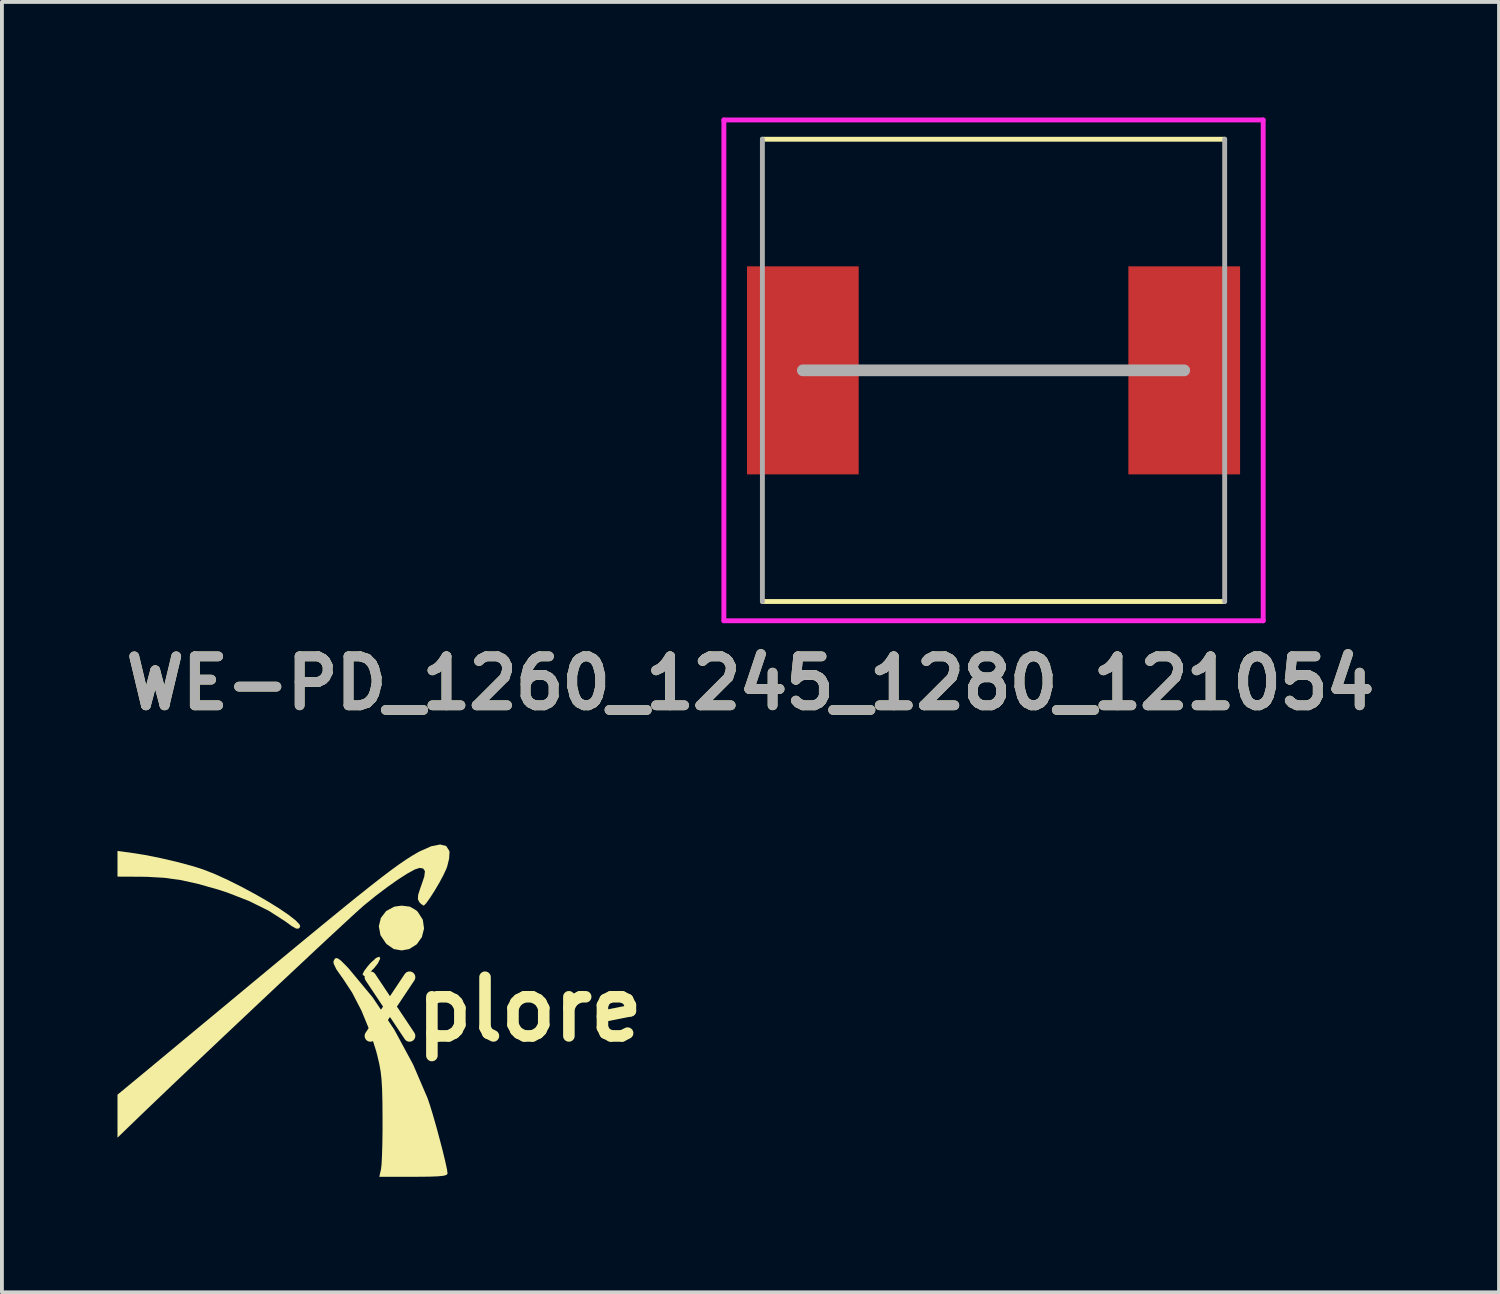
<source format=kicad_pcb>
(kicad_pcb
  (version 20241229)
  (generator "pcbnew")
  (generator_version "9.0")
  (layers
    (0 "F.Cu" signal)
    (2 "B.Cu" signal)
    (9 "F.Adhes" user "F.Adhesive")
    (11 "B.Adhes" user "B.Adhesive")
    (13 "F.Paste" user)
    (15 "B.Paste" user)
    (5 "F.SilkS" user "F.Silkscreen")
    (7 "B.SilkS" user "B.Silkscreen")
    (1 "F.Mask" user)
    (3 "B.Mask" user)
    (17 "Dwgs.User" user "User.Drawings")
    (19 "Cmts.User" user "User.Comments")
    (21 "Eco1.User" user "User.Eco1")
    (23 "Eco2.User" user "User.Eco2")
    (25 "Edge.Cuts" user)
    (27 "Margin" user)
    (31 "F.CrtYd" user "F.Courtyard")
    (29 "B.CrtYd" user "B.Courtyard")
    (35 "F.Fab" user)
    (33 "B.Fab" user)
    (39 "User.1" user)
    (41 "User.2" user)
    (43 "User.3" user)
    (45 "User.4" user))
  (footprint "WE-PD_1260_1245_1280_121054"
    (layer "F.Cu")
    (at 22.741 6.564)
    (property "Reference" "WE-PD_1260_1245_1280_121054" (at -6.31 8.12 0) (layer "F.SilkS") (effects (font (size 1.27 1.27) (thickness 0.254))))
    (attr smd)
    (fp_line (start -6 6) (end 6 6) (stroke (width 0.127) (type solid)) (layer "F.SilkS"))
    (fp_line (start 6 -6) (end -6 -6) (stroke (width 0.127) (type solid)) (layer "F.SilkS"))
    (fp_line (start -7 -6.5) (end -7 6.5) (stroke (width 0.127) (type solid)) (layer "F.CrtYd"))
    (fp_line (start -7 6.5) (end 7 6.5) (stroke (width 0.127) (type solid)) (layer "F.CrtYd"))
    (fp_line (start 7 -6.5) (end -7 -6.5) (stroke (width 0.127) (type solid)) (layer "F.CrtYd"))
    (fp_line (start 7 6.5) (end 7 -6.5) (stroke (width 0.127) (type solid)) (layer "F.CrtYd"))
    (fp_line (start -6 -6) (end -6 6) (stroke (width 0.127) (type solid)) (layer "F.Fab"))
    (fp_line (start 4.95 0) (end -4.95 0) (stroke (width 0.305) (type solid)) (layer "F.Fab"))
    (fp_line (start 6 6) (end 6 -6) (stroke (width 0.127) (type solid)) (layer "F.Fab"))
    (fp_text user "${REFERENCE}" (at -6.31 8.12 0) (layer "F.Fab") (effects (font (size 1.27 1.27) (thickness 0.254))))
    (pad "1" smd rect (at -4.95 0) (size 2.9 5.4) (layers "F.Cu" "F.Mask" "F.Paste"))
    (pad "2" smd rect (at 4.95 0) (size 2.9 5.4) (layers "F.Cu" "F.Mask" "F.Paste")))
  (footprint "Xplore"
    (layer "F.Cu")
    (at 9.976 23.152)
    (property "Reference" "Xplore" (at 0 0 0) (layer "F.SilkS") (effects (font (size 1.524 1.524) (thickness 0.3))))
    (attr board_only exclude_from_pos_files exclude_from_bom)
    (fp_poly (pts (xy -3.157 -1.317) (xy -3.217 -1.194) (xy -3.31 -1.075) (xy -3.465 -0.918) (xy -3.567 -0.859) (xy -3.61 -0.9) (xy -3.611 -0.919) (xy -3.573 -0.997) (xy -3.475 -1.126) (xy -3.407 -1.204) (xy -3.262 -1.336) (xy -3.175 -1.369)) (stroke (width 0) (type solid)) (fill yes) (layer "F.SilkS"))
    (fp_poly (pts (xy -2.388 -2.667) (xy -2.226 -2.574) (xy -2.181 -2.532) (xy -2.05 -2.326) (xy -2.018 -2.098) (xy -2.074 -1.877) (xy -2.206 -1.69) (xy -2.403 -1.565) (xy -2.601 -1.53) (xy -2.805 -1.566) (xy -2.984 -1.69) (xy -3.004 -1.709) (xy -3.15 -1.926) (xy -3.192 -2.157) (xy -3.139 -2.374) (xy -3.002 -2.552) (xy -2.793 -2.666) (xy -2.601 -2.693)) (stroke (width 0) (type solid)) (fill yes) (layer "F.SilkS"))
    (fp_poly (pts (xy -9.655 -4.07) (xy -9.267 -4.009) (xy -8.831 -3.921) (xy -8.392 -3.818) (xy -7.995 -3.71) (xy -7.744 -3.629) (xy -7.442 -3.51) (xy -7.109 -3.358) (xy -6.761 -3.184) (xy -6.413 -2.997) (xy -6.082 -2.807) (xy -5.783 -2.622) (xy -5.534 -2.453) (xy -5.349 -2.308) (xy -5.246 -2.199) (xy -5.234 -2.141) (xy -5.277 -2.095) (xy -5.34 -2.098) (xy -5.447 -2.158) (xy -5.624 -2.286) (xy -5.631 -2.291) (xy -6.047 -2.558) (xy -6.556 -2.81) (xy -7.128 -3.033) (xy -7.375 -3.113) (xy -7.892 -3.259) (xy -8.343 -3.358) (xy -8.771 -3.416) (xy -9.219 -3.441) (xy -9.38 -3.443) (xy -9.976 -3.446) (xy -9.976 -4.112)) (stroke (width 0) (type solid)) (fill yes) (layer "F.SilkS"))
    (fp_poly (pts (xy -4.176 -1.266) (xy -4.028 -1.118) (xy -3.97 -1.056) (xy -3.351 -0.31) (xy -2.79 0.527) (xy -2.301 1.433) (xy -1.926 2.308) (xy -1.863 2.494) (xy -1.785 2.749) (xy -1.699 3.049) (xy -1.614 3.365) (xy -1.534 3.671) (xy -1.469 3.94) (xy -1.424 4.145) (xy -1.408 4.26) (xy -1.408 4.261) (xy -1.43 4.295) (xy -1.508 4.319) (xy -1.658 4.334) (xy -1.895 4.343) (xy -2.237 4.346) (xy -2.294 4.346) (xy -3.18 4.346) (xy -3.135 4.147) (xy -3.121 4.022) (xy -3.11 3.8) (xy -3.101 3.502) (xy -3.096 3.153) (xy -3.096 2.815) (xy -3.099 2.398) (xy -3.107 2.075) (xy -3.122 1.82) (xy -3.146 1.605) (xy -3.183 1.404) (xy -3.234 1.188) (xy -3.263 1.079) (xy -3.43 0.551) (xy -3.642 0.036) (xy -3.883 -0.431) (xy -4.135 -0.815) (xy -4.159 -0.846) (xy -4.296 -1.042) (xy -4.366 -1.19) (xy -4.369 -1.252) (xy -4.328 -1.323) (xy -4.27 -1.331)) (stroke (width 0) (type solid)) (fill yes) (layer "F.SilkS"))
    (fp_poly (pts (xy -1.442 -4.24) (xy -1.363 -4.114) (xy -1.357 -4.08) (xy -1.367 -3.913) (xy -1.417 -3.71) (xy -1.438 -3.652) (xy -1.514 -3.488) (xy -1.621 -3.288) (xy -1.743 -3.081) (xy -1.863 -2.894) (xy -1.962 -2.756) (xy -2.023 -2.694) (xy -2.028 -2.694) (xy -2.094 -2.734) (xy -2.143 -2.786) (xy -2.179 -2.861) (xy -2.171 -2.973) (xy -2.114 -3.152) (xy -2.089 -3.22) (xy -2.012 -3.448) (xy -1.995 -3.588) (xy -2.041 -3.656) (xy -2.133 -3.672) (xy -2.253 -3.634) (xy -2.446 -3.529) (xy -2.696 -3.369) (xy -2.983 -3.166) (xy -3.29 -2.933) (xy -3.574 -2.702) (xy -3.692 -2.598) (xy -3.89 -2.418) (xy -4.157 -2.171) (xy -4.485 -1.867) (xy -4.863 -1.515) (xy -5.282 -1.122) (xy -5.734 -0.699) (xy -6.207 -0.254) (xy -6.693 0.204) (xy -7.182 0.665) (xy -7.665 1.122) (xy -8.133 1.565) (xy -8.575 1.985) (xy -8.982 2.374) (xy -9.345 2.721) (xy -9.654 3.02) (xy -9.655 3.02) (xy -9.976 3.331) (xy -9.976 2.215) (xy -9.686 1.975) (xy -9.587 1.893) (xy -9.403 1.741) (xy -9.143 1.526) (xy -8.817 1.255) (xy -8.433 0.936) (xy -8.001 0.577) (xy -7.529 0.186) (xy -7.027 -0.231) (xy -6.505 -0.665) (xy -6.5 -0.669) (xy -5.795 -1.254) (xy -5.177 -1.765) (xy -4.638 -2.208) (xy -4.172 -2.589) (xy -3.771 -2.914) (xy -3.428 -3.187) (xy -3.137 -3.415) (xy -2.889 -3.603) (xy -2.679 -3.756) (xy -2.498 -3.88) (xy -2.341 -3.981) (xy -2.199 -4.064) (xy -2.132 -4.101) (xy -1.834 -4.234) (xy -1.601 -4.28)) (stroke (width 0) (type solid)) (fill yes) (layer "F.SilkS")))
  (gr_rect
    (start -3 -3)
    (end 35.863 30.497)
    (stroke (width 0.1) (type default))
    (fill no)
    (layer "Edge.Cuts")))
</source>
